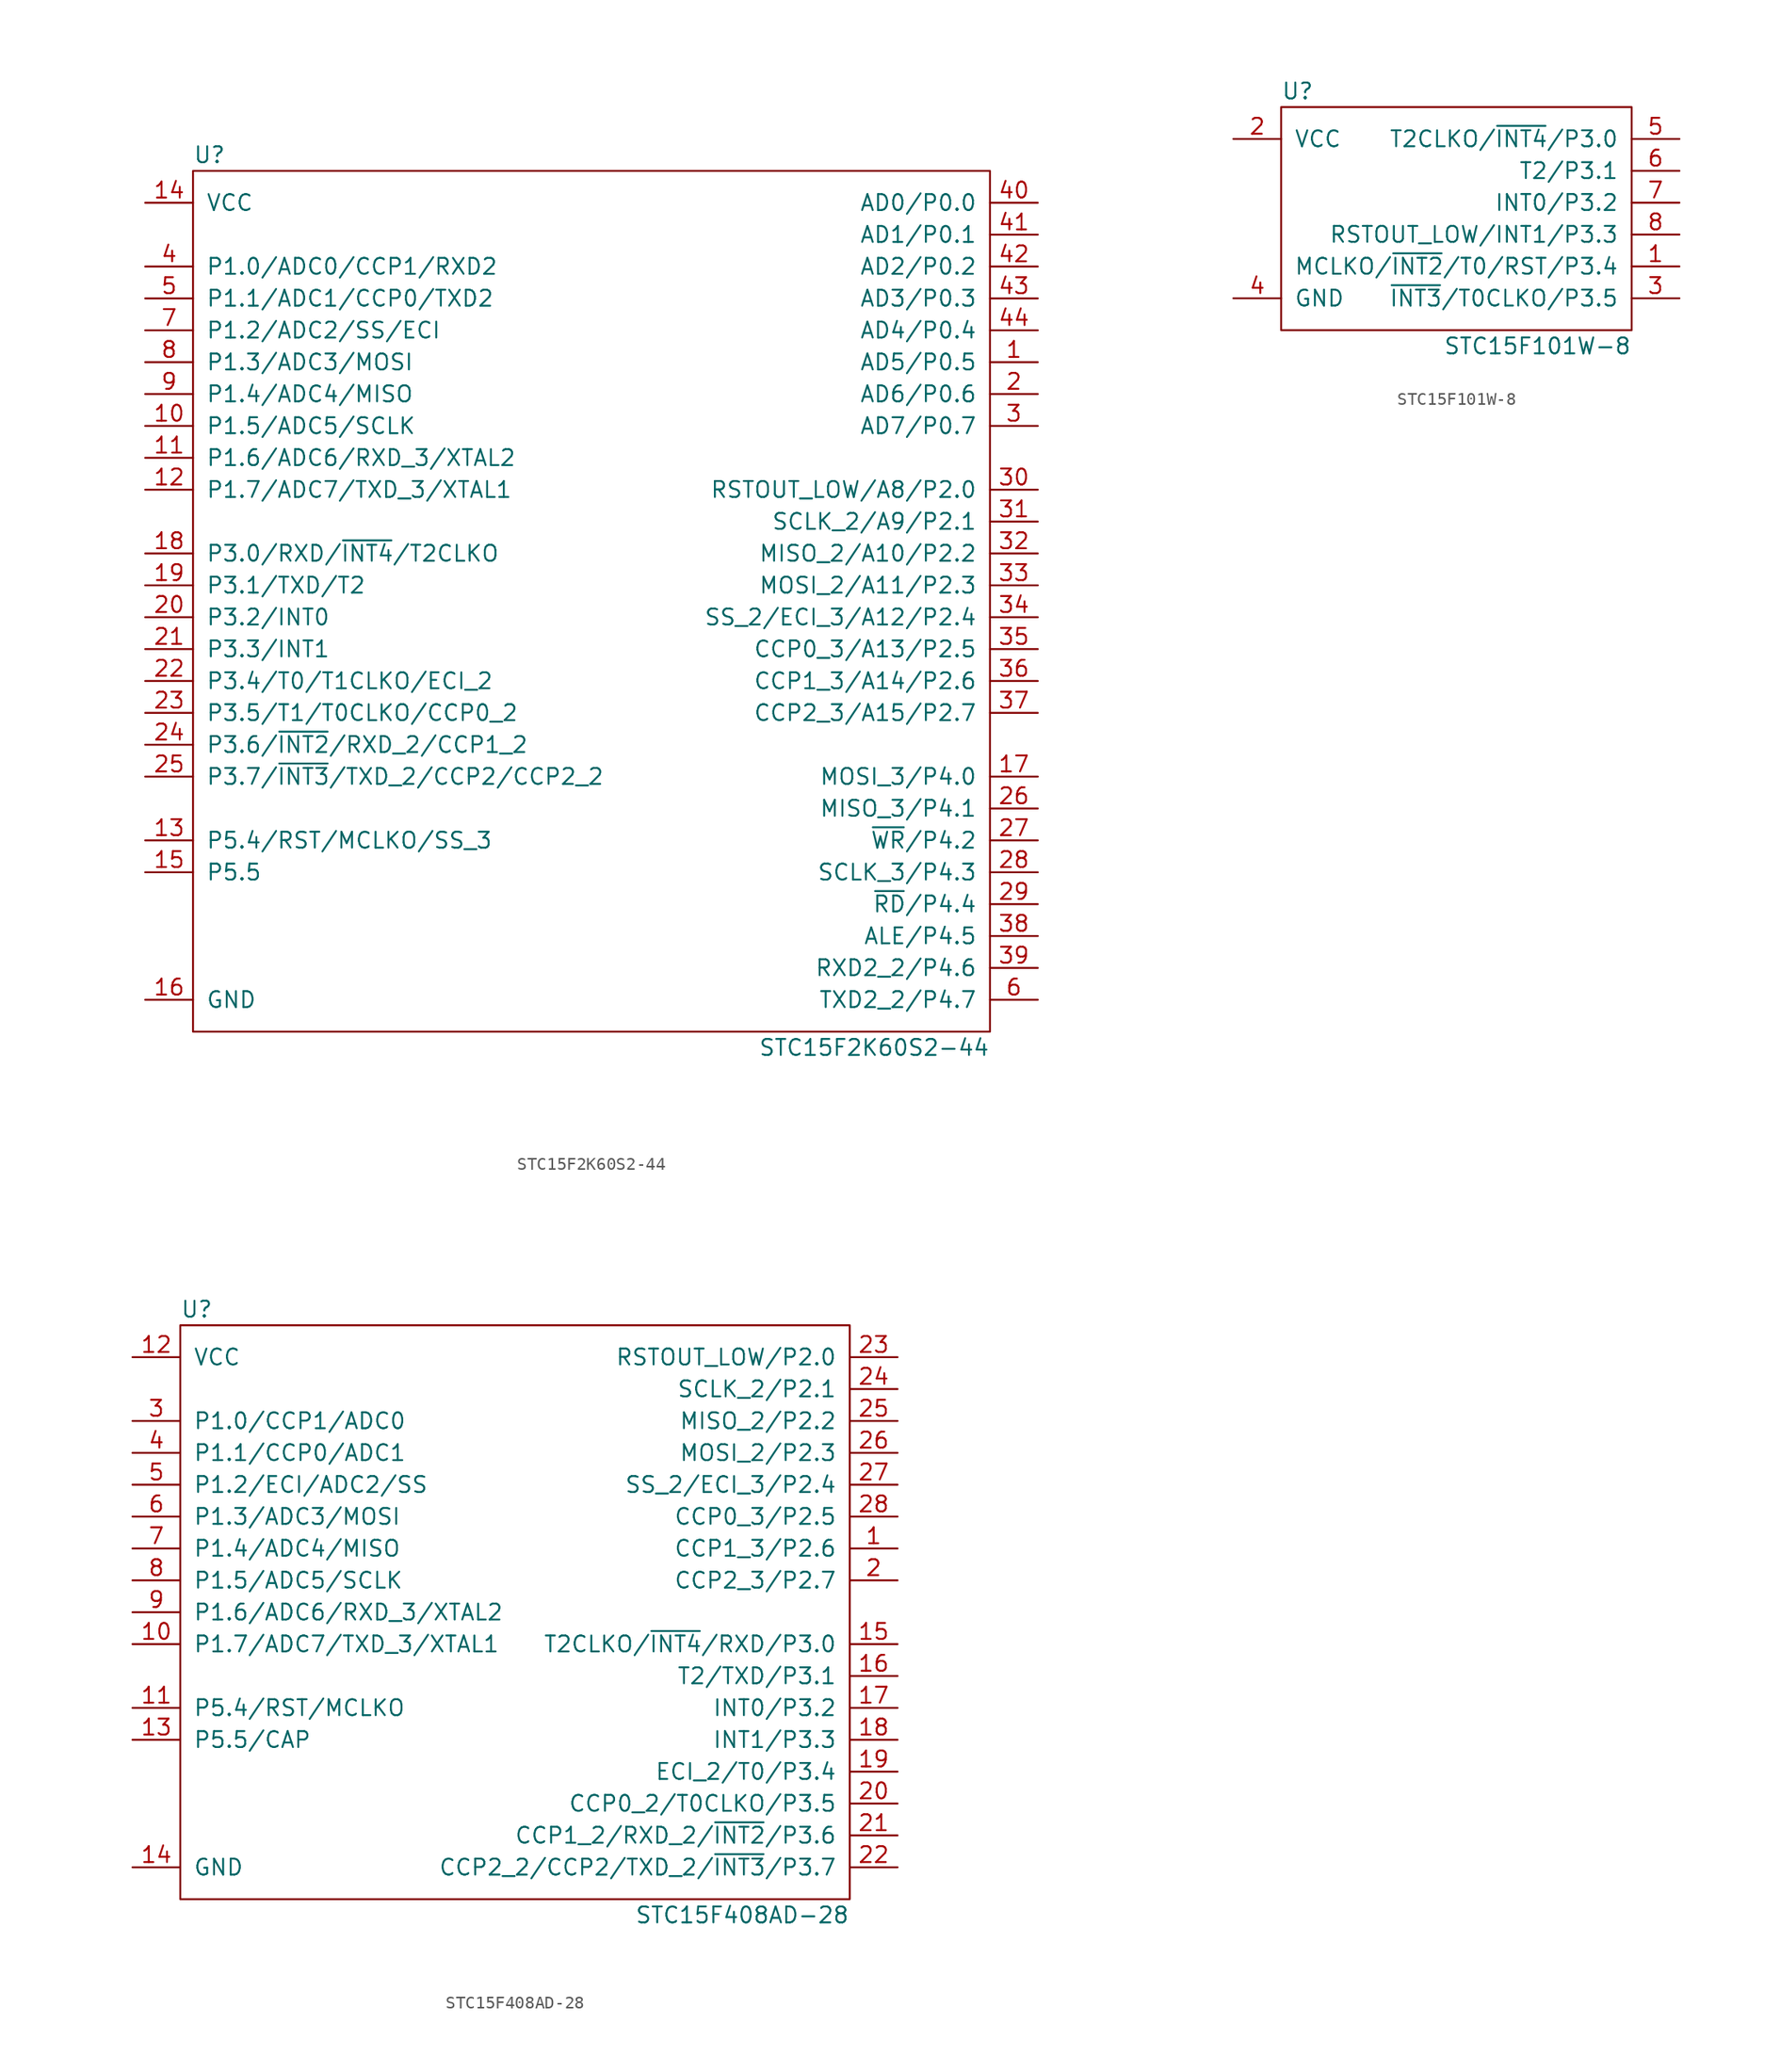
<source format=kicad_sym>
(kicad_symbol_lib
  (version 20211014)
  (generator kicad_symbol_editor)
  (symbol "STC15F2K60S2-44"
    (pin_names
      (offset 1.016))
    (property "Reference" "U"
      (at -31.75 34.29 0)
      (effects (font (size 1.27 1.27)) (justify left)))
    (property "Value" "STC15F2K60S2-44"
      (at 31.75 -36.83 0)
      (effects (font (size 1.27 1.27)) (justify right)))
    (symbol "STC15F2K60S2-44_0_1"
      (rectangle (start -31.75 33.02) (end 31.75 -35.56) (stroke (width 0.152) (type default) (color 0 0 0 0)) (fill (type none))))
    (symbol "STC15F2K60S2-44_1_1"
      (pin tri_state line (at 35.56 17.78 180) (length 3.81) (name "AD5/P0.5" (effects (font (size 1.27 1.27)))) (number "1" (effects (font (size 1.27 1.27)))))
      (pin tri_state line (at -35.56 12.7 0) (length 3.81) (name "P1.5/ADC5/SCLK" (effects (font (size 1.27 1.27)))) (number "10" (effects (font (size 1.27 1.27)))))
      (pin tri_state line (at -35.56 10.16 0) (length 3.81) (name "P1.6/ADC6/RXD_3/XTAL2" (effects (font (size 1.27 1.27)))) (number "11" (effects (font (size 1.27 1.27)))))
      (pin tri_state line (at -35.56 7.62 0) (length 3.81) (name "P1.7/ADC7/TXD_3/XTAL1" (effects (font (size 1.27 1.27)))) (number "12" (effects (font (size 1.27 1.27)))))
      (pin tri_state line (at -35.56 -20.32 0) (length 3.81) (name "P5.4/RST/MCLKO/SS_3" (effects (font (size 1.27 1.27)))) (number "13" (effects (font (size 1.27 1.27)))))
      (pin power_in line (at -35.56 30.48 0) (length 3.81) (name "VCC" (effects (font (size 1.27 1.27)))) (number "14" (effects (font (size 1.27 1.27)))))
      (pin tri_state line (at -35.56 -22.86 0) (length 3.81) (name "P5.5" (effects (font (size 1.27 1.27)))) (number "15" (effects (font (size 1.27 1.27)))))
      (pin power_in line (at -35.56 -33.02 0) (length 3.81) (name "GND" (effects (font (size 1.27 1.27)))) (number "16" (effects (font (size 1.27 1.27)))))
      (pin tri_state line (at 35.56 -15.24 180) (length 3.81) (name "MOSI_3/P4.0" (effects (font (size 1.27 1.27)))) (number "17" (effects (font (size 1.27 1.27)))))
      (pin tri_state line (at -35.56 2.54 0) (length 3.81) (name "P3.0/RXD/~{INT4}/T2CLKO" (effects (font (size 1.27 1.27)))) (number "18" (effects (font (size 1.27 1.27)))))
      (pin tri_state line (at -35.56 0 0) (length 3.81) (name "P3.1/TXD/T2" (effects (font (size 1.27 1.27)))) (number "19" (effects (font (size 1.27 1.27)))))
      (pin tri_state line (at 35.56 15.24 180) (length 3.81) (name "AD6/P0.6" (effects (font (size 1.27 1.27)))) (number "2" (effects (font (size 1.27 1.27)))))
      (pin tri_state line (at -35.56 -2.54 0) (length 3.81) (name "P3.2/INT0" (effects (font (size 1.27 1.27)))) (number "20" (effects (font (size 1.27 1.27)))))
      (pin tri_state line (at -35.56 -5.08 0) (length 3.81) (name "P3.3/INT1" (effects (font (size 1.27 1.27)))) (number "21" (effects (font (size 1.27 1.27)))))
      (pin tri_state line (at -35.56 -7.62 0) (length 3.81) (name "P3.4/T0/T1CLKO/ECI_2" (effects (font (size 1.27 1.27)))) (number "22" (effects (font (size 1.27 1.27)))))
      (pin tri_state line (at -35.56 -10.16 0) (length 3.81) (name "P3.5/T1/T0CLKO/CCP0_2" (effects (font (size 1.27 1.27)))) (number "23" (effects (font (size 1.27 1.27)))))
      (pin tri_state line (at -35.56 -12.7 0) (length 3.81) (name "P3.6/~{INT2}/RXD_2/CCP1_2" (effects (font (size 1.27 1.27)))) (number "24" (effects (font (size 1.27 1.27)))))
      (pin tri_state line (at -35.56 -15.24 0) (length 3.81) (name "P3.7/~{INT3}/TXD_2/CCP2/CCP2_2" (effects (font (size 1.27 1.27)))) (number "25" (effects (font (size 1.27 1.27)))))
      (pin tri_state line (at 35.56 -17.78 180) (length 3.81) (name "MISO_3/P4.1" (effects (font (size 1.27 1.27)))) (number "26" (effects (font (size 1.27 1.27)))))
      (pin tri_state line (at 35.56 -20.32 180) (length 3.81) (name "~{WR}/P4.2" (effects (font (size 1.27 1.27)))) (number "27" (effects (font (size 1.27 1.27)))))
      (pin tri_state line (at 35.56 -22.86 180) (length 3.81) (name "SCLK_3/P4.3" (effects (font (size 1.27 1.27)))) (number "28" (effects (font (size 1.27 1.27)))))
      (pin tri_state line (at 35.56 -25.4 180) (length 3.81) (name "~{RD}/P4.4" (effects (font (size 1.27 1.27)))) (number "29" (effects (font (size 1.27 1.27)))))
      (pin tri_state line (at 35.56 12.7 180) (length 3.81) (name "AD7/P0.7" (effects (font (size 1.27 1.27)))) (number "3" (effects (font (size 1.27 1.27)))))
      (pin tri_state line (at 35.56 7.62 180) (length 3.81) (name "RSTOUT_LOW/A8/P2.0" (effects (font (size 1.27 1.27)))) (number "30" (effects (font (size 1.27 1.27)))))
      (pin tri_state line (at 35.56 5.08 180) (length 3.81) (name "SCLK_2/A9/P2.1" (effects (font (size 1.27 1.27)))) (number "31" (effects (font (size 1.27 1.27)))))
      (pin tri_state line (at 35.56 2.54 180) (length 3.81) (name "MISO_2/A10/P2.2" (effects (font (size 1.27 1.27)))) (number "32" (effects (font (size 1.27 1.27)))))
      (pin tri_state line (at 35.56 0 180) (length 3.81) (name "MOSI_2/A11/P2.3" (effects (font (size 1.27 1.27)))) (number "33" (effects (font (size 1.27 1.27)))))
      (pin tri_state line (at 35.56 -2.54 180) (length 3.81) (name "SS_2/ECI_3/A12/P2.4" (effects (font (size 1.27 1.27)))) (number "34" (effects (font (size 1.27 1.27)))))
      (pin tri_state line (at 35.56 -5.08 180) (length 3.81) (name "CCP0_3/A13/P2.5" (effects (font (size 1.27 1.27)))) (number "35" (effects (font (size 1.27 1.27)))))
      (pin tri_state line (at 35.56 -7.62 180) (length 3.81) (name "CCP1_3/A14/P2.6" (effects (font (size 1.27 1.27)))) (number "36" (effects (font (size 1.27 1.27)))))
      (pin tri_state line (at 35.56 -10.16 180) (length 3.81) (name "CCP2_3/A15/P2.7" (effects (font (size 1.27 1.27)))) (number "37" (effects (font (size 1.27 1.27)))))
      (pin tri_state line (at 35.56 -27.94 180) (length 3.81) (name "ALE/P4.5" (effects (font (size 1.27 1.27)))) (number "38" (effects (font (size 1.27 1.27)))))
      (pin tri_state line (at 35.56 -30.48 180) (length 3.81) (name "RXD2_2/P4.6" (effects (font (size 1.27 1.27)))) (number "39" (effects (font (size 1.27 1.27)))))
      (pin tri_state line (at -35.56 25.4 0) (length 3.81) (name "P1.0/ADC0/CCP1/RXD2" (effects (font (size 1.27 1.27)))) (number "4" (effects (font (size 1.27 1.27)))))
      (pin tri_state line (at 35.56 30.48 180) (length 3.81) (name "AD0/P0.0" (effects (font (size 1.27 1.27)))) (number "40" (effects (font (size 1.27 1.27)))))
      (pin tri_state line (at 35.56 27.94 180) (length 3.81) (name "AD1/P0.1" (effects (font (size 1.27 1.27)))) (number "41" (effects (font (size 1.27 1.27)))))
      (pin tri_state line (at 35.56 25.4 180) (length 3.81) (name "AD2/P0.2" (effects (font (size 1.27 1.27)))) (number "42" (effects (font (size 1.27 1.27)))))
      (pin tri_state line (at 35.56 22.86 180) (length 3.81) (name "AD3/P0.3" (effects (font (size 1.27 1.27)))) (number "43" (effects (font (size 1.27 1.27)))))
      (pin tri_state line (at 35.56 20.32 180) (length 3.81) (name "AD4/P0.4" (effects (font (size 1.27 1.27)))) (number "44" (effects (font (size 1.27 1.27)))))
      (pin tri_state line (at -35.56 22.86 0) (length 3.81) (name "P1.1/ADC1/CCP0/TXD2" (effects (font (size 1.27 1.27)))) (number "5" (effects (font (size 1.27 1.27)))))
      (pin tri_state line (at 35.56 -33.02 180) (length 3.81) (name "TXD2_2/P4.7" (effects (font (size 1.27 1.27)))) (number "6" (effects (font (size 1.27 1.27)))))
      (pin tri_state line (at -35.56 20.32 0) (length 3.81) (name "P1.2/ADC2/SS/ECI" (effects (font (size 1.27 1.27)))) (number "7" (effects (font (size 1.27 1.27)))))
      (pin tri_state line (at -35.56 17.78 0) (length 3.81) (name "P1.3/ADC3/MOSI" (effects (font (size 1.27 1.27)))) (number "8" (effects (font (size 1.27 1.27)))))
      (pin tri_state line (at -35.56 15.24 0) (length 3.81) (name "P1.4/ADC4/MISO" (effects (font (size 1.27 1.27)))) (number "9" (effects (font (size 1.27 1.27)))))))
  (symbol "STC15F101W-8"
    (pin_names
      (offset 1.016))
    (property "Reference" "U"
      (at -13.97 8.89 0)
      (effects (font (size 1.27 1.27)) (justify left)))
    (property "Value" "STC15F101W-8"
      (at 13.97 -11.43 0)
      (effects (font (size 1.27 1.27)) (justify right)))
    (symbol "STC15F101W-8_0_1"
      (rectangle (start -13.97 7.62) (end 13.97 -10.16) (stroke (width 0.152) (type default) (color 0 0 0 0)) (fill (type none))))
    (symbol "STC15F101W-8_1_1"
      (pin tri_state line (at 17.78 -5.08 180) (length 3.81) (name "MCLKO/~{INT2}/T0/RST/P3.4" (effects (font (size 1.27 1.27)))) (number "1" (effects (font (size 1.27 1.27)))))
      (pin power_in line (at -17.78 5.08 0) (length 3.81) (name "VCC" (effects (font (size 1.27 1.27)))) (number "2" (effects (font (size 1.27 1.27)))))
      (pin tri_state line (at 17.78 -7.62 180) (length 3.81) (name "~{INT3}/T0CLKO/P3.5" (effects (font (size 1.27 1.27)))) (number "3" (effects (font (size 1.27 1.27)))))
      (pin power_in line (at -17.78 -7.62 0) (length 3.81) (name "GND" (effects (font (size 1.27 1.27)))) (number "4" (effects (font (size 1.27 1.27)))))
      (pin tri_state line (at 17.78 5.08 180) (length 3.81) (name "T2CLKO/~{INT4}/P3.0" (effects (font (size 1.27 1.27)))) (number "5" (effects (font (size 1.27 1.27)))))
      (pin tri_state line (at 17.78 2.54 180) (length 3.81) (name "T2/P3.1" (effects (font (size 1.27 1.27)))) (number "6" (effects (font (size 1.27 1.27)))))
      (pin tri_state line (at 17.78 0 180) (length 3.81) (name "INT0/P3.2" (effects (font (size 1.27 1.27)))) (number "7" (effects (font (size 1.27 1.27)))))
      (pin tri_state line (at 17.78 -2.54 180) (length 3.81) (name "RSTOUT_LOW/INT1/P3.3" (effects (font (size 1.27 1.27)))) (number "8" (effects (font (size 1.27 1.27)))))))
  (symbol "STC15F408AD-28"
    (pin_names
      (offset 1.016))
    (property "Reference" "U"
      (at -26.67 24.13 0)
      (effects (font (size 1.27 1.27)) (justify left)))
    (property "Value" "STC15F408AD-28"
      (at 26.67 -24.13 0)
      (effects (font (size 1.27 1.27)) (justify right)))
    (symbol "STC15F408AD-28_0_1"
      (rectangle (start -26.67 22.86) (end 26.67 -22.86) (stroke (width 0.152) (type default) (color 0 0 0 0)) (fill (type none))))
    (symbol "STC15F408AD-28_1_1"
      (pin tri_state line (at 30.48 5.08 180) (length 3.81) (name "CCP1_3/P2.6" (effects (font (size 1.27 1.27)))) (number "1" (effects (font (size 1.27 1.27)))))
      (pin tri_state line (at -30.48 -2.54 0) (length 3.81) (name "P1.7/ADC7/TXD_3/XTAL1" (effects (font (size 1.27 1.27)))) (number "10" (effects (font (size 1.27 1.27)))))
      (pin tri_state line (at -30.48 -7.62 0) (length 3.81) (name "P5.4/RST/MCLKO" (effects (font (size 1.27 1.27)))) (number "11" (effects (font (size 1.27 1.27)))))
      (pin power_in line (at -30.48 20.32 0) (length 3.81) (name "VCC" (effects (font (size 1.27 1.27)))) (number "12" (effects (font (size 1.27 1.27)))))
      (pin tri_state line (at -30.48 -10.16 0) (length 3.81) (name "P5.5/CAP" (effects (font (size 1.27 1.27)))) (number "13" (effects (font (size 1.27 1.27)))))
      (pin power_in line (at -30.48 -20.32 0) (length 3.81) (name "GND" (effects (font (size 1.27 1.27)))) (number "14" (effects (font (size 1.27 1.27)))))
      (pin tri_state line (at 30.48 -2.54 180) (length 3.81) (name "T2CLKO/~{INT4}/RXD/P3.0" (effects (font (size 1.27 1.27)))) (number "15" (effects (font (size 1.27 1.27)))))
      (pin tri_state line (at 30.48 -5.08 180) (length 3.81) (name "T2/TXD/P3.1" (effects (font (size 1.27 1.27)))) (number "16" (effects (font (size 1.27 1.27)))))
      (pin tri_state line (at 30.48 -7.62 180) (length 3.81) (name "INT0/P3.2" (effects (font (size 1.27 1.27)))) (number "17" (effects (font (size 1.27 1.27)))))
      (pin tri_state line (at 30.48 -10.16 180) (length 3.81) (name "INT1/P3.3" (effects (font (size 1.27 1.27)))) (number "18" (effects (font (size 1.27 1.27)))))
      (pin tri_state line (at 30.48 -12.7 180) (length 3.81) (name "ECI_2/T0/P3.4" (effects (font (size 1.27 1.27)))) (number "19" (effects (font (size 1.27 1.27)))))
      (pin tri_state line (at 30.48 2.54 180) (length 3.81) (name "CCP2_3/P2.7" (effects (font (size 1.27 1.27)))) (number "2" (effects (font (size 1.27 1.27)))))
      (pin tri_state line (at 30.48 -15.24 180) (length 3.81) (name "CCP0_2/T0CLKO/P3.5" (effects (font (size 1.27 1.27)))) (number "20" (effects (font (size 1.27 1.27)))))
      (pin tri_state line (at 30.48 -17.78 180) (length 3.81) (name "CCP1_2/RXD_2/~{INT2}/P3.6" (effects (font (size 1.27 1.27)))) (number "21" (effects (font (size 1.27 1.27)))))
      (pin tri_state line (at 30.48 -20.32 180) (length 3.81) (name "CCP2_2/CCP2/TXD_2/~{INT3}/P3.7" (effects (font (size 1.27 1.27)))) (number "22" (effects (font (size 1.27 1.27)))))
      (pin tri_state line (at 30.48 20.32 180) (length 3.81) (name "RSTOUT_LOW/P2.0" (effects (font (size 1.27 1.27)))) (number "23" (effects (font (size 1.27 1.27)))))
      (pin tri_state line (at 30.48 17.78 180) (length 3.81) (name "SCLK_2/P2.1" (effects (font (size 1.27 1.27)))) (number "24" (effects (font (size 1.27 1.27)))))
      (pin tri_state line (at 30.48 15.24 180) (length 3.81) (name "MISO_2/P2.2" (effects (font (size 1.27 1.27)))) (number "25" (effects (font (size 1.27 1.27)))))
      (pin tri_state line (at 30.48 12.7 180) (length 3.81) (name "MOSI_2/P2.3" (effects (font (size 1.27 1.27)))) (number "26" (effects (font (size 1.27 1.27)))))
      (pin tri_state line (at 30.48 10.16 180) (length 3.81) (name "SS_2/ECI_3/P2.4" (effects (font (size 1.27 1.27)))) (number "27" (effects (font (size 1.27 1.27)))))
      (pin tri_state line (at 30.48 7.62 180) (length 3.81) (name "CCP0_3/P2.5" (effects (font (size 1.27 1.27)))) (number "28" (effects (font (size 1.27 1.27)))))
      (pin tri_state line (at -30.48 15.24 0) (length 3.81) (name "P1.0/CCP1/ADC0" (effects (font (size 1.27 1.27)))) (number "3" (effects (font (size 1.27 1.27)))))
      (pin tri_state line (at -30.48 12.7 0) (length 3.81) (name "P1.1/CCP0/ADC1" (effects (font (size 1.27 1.27)))) (number "4" (effects (font (size 1.27 1.27)))))
      (pin tri_state line (at -30.48 10.16 0) (length 3.81) (name "P1.2/ECI/ADC2/SS" (effects (font (size 1.27 1.27)))) (number "5" (effects (font (size 1.27 1.27)))))
      (pin tri_state line (at -30.48 7.62 0) (length 3.81) (name "P1.3/ADC3/MOSI" (effects (font (size 1.27 1.27)))) (number "6" (effects (font (size 1.27 1.27)))))
      (pin tri_state line (at -30.48 5.08 0) (length 3.81) (name "P1.4/ADC4/MISO" (effects (font (size 1.27 1.27)))) (number "7" (effects (font (size 1.27 1.27)))))
      (pin tri_state line (at -30.48 2.54 0) (length 3.81) (name "P1.5/ADC5/SCLK" (effects (font (size 1.27 1.27)))) (number "8" (effects (font (size 1.27 1.27)))))
      (pin tri_state line (at -30.48 0 0) (length 3.81) (name "P1.6/ADC6/RXD_3/XTAL2" (effects (font (size 1.27 1.27)))) (number "9" (effects (font (size 1.27 1.27))))))))
</source>
